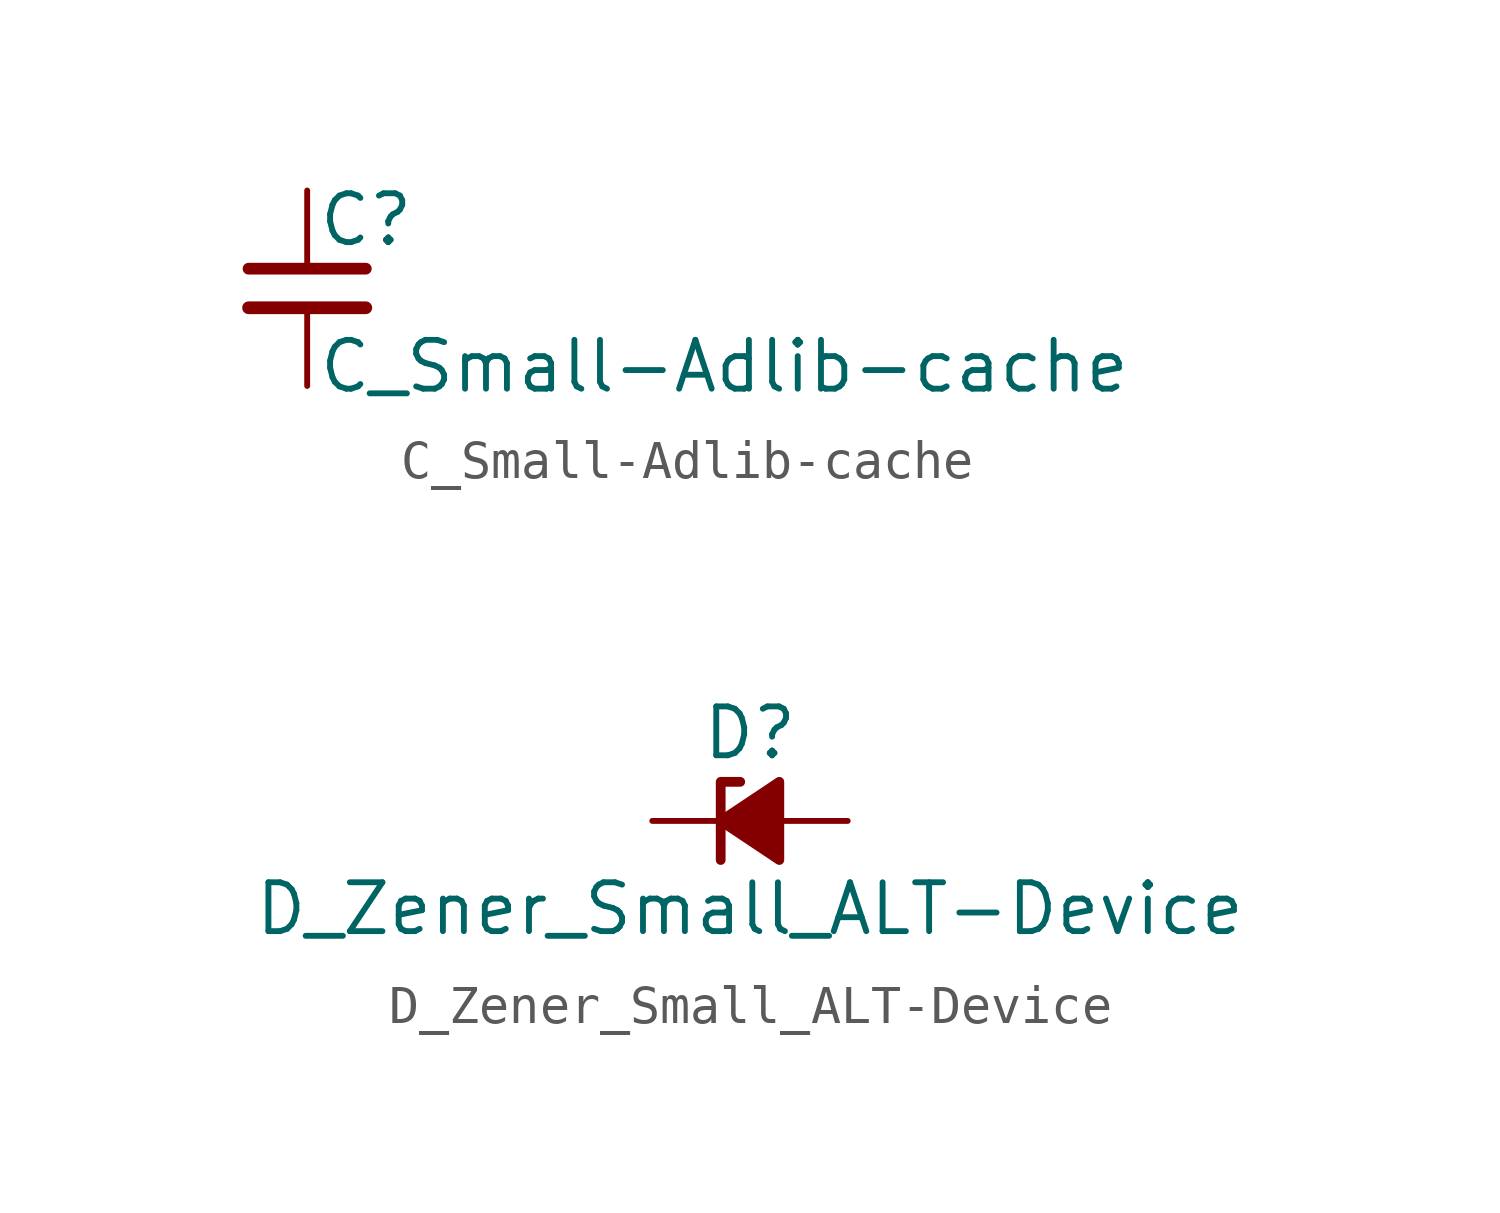
<source format=kicad_sym>
(kicad_symbol_lib
  (version 20211014)
  (generator kicad_symbol_editor)
  (symbol "C_Small-Adlib-cache"
    (pin_numbers hide)
    (pin_names
      (offset 0.254) hide)
    (property "Reference" "C"
      (at 0.254 1.778 0)
      (effects (font (size 1.27 1.27)) (justify left)))
    (property "Value" "C_Small-Adlib-cache"
      (at 0.254 -2.032 0)
      (effects (font (size 1.27 1.27)) (justify left)))
    (symbol "C_Small-Adlib-cache_0_1"
      (polyline (pts (xy -1.524 -0.508) (xy 1.524 -0.508)) (stroke (width 0.33) (type default) (color 0 0 0 0)) (fill (type none)))
      (polyline (pts (xy -1.524 0.508) (xy 1.524 0.508)) (stroke (width 0.305) (type default) (color 0 0 0 0)) (fill (type none))))
    (symbol "C_Small-Adlib-cache_1_1"
      (pin passive line (at 0 2.54 270) (length 2.032) (name "~" (effects (font (size 1.27 1.27)))) (number "1" (effects (font (size 1.27 1.27)))))
      (pin passive line (at 0 -2.54 90) (length 2.032) (name "~" (effects (font (size 1.27 1.27)))) (number "2" (effects (font (size 1.27 1.27)))))))
  (symbol "D_Zener_Small_ALT-Device"
    (pin_numbers hide)
    (pin_names
      (offset 0.254) hide)
    (property "Reference" "D"
      (at 0 2.286 0)
      (effects (font (size 1.27 1.27))))
    (property "Value" "D_Zener_Small_ALT-Device"
      (at 0 -2.286 0)
      (effects (font (size 1.27 1.27))))
    (symbol "D_Zener_Small_ALT-Device_0_1"
      (polyline (pts (xy 0.762 0) (xy -0.762 0)) (stroke (width 0) (type default) (color 0 0 0 0)) (fill (type none)))
      (polyline (pts (xy -0.254 1.016) (xy -0.762 1.016) (xy -0.762 -1.016)) (stroke (width 0.254) (type default) (color 0 0 0 0)) (fill (type none)))
      (polyline (pts (xy 0.762 1.016) (xy -0.762 0) (xy 0.762 -1.016) (xy 0.762 1.016)) (stroke (width 0.254) (type default) (color 0 0 0 0)) (fill (type outline))))
    (symbol "D_Zener_Small_ALT-Device_1_1"
      (pin passive line (at -2.54 0 0) (length 1.778) (name "K" (effects (font (size 1.27 1.27)))) (number "1" (effects (font (size 1.27 1.27)))))
      (pin passive line (at 2.54 0 180) (length 1.778) (name "A" (effects (font (size 1.27 1.27)))) (number "2" (effects (font (size 1.27 1.27))))))))
</source>
